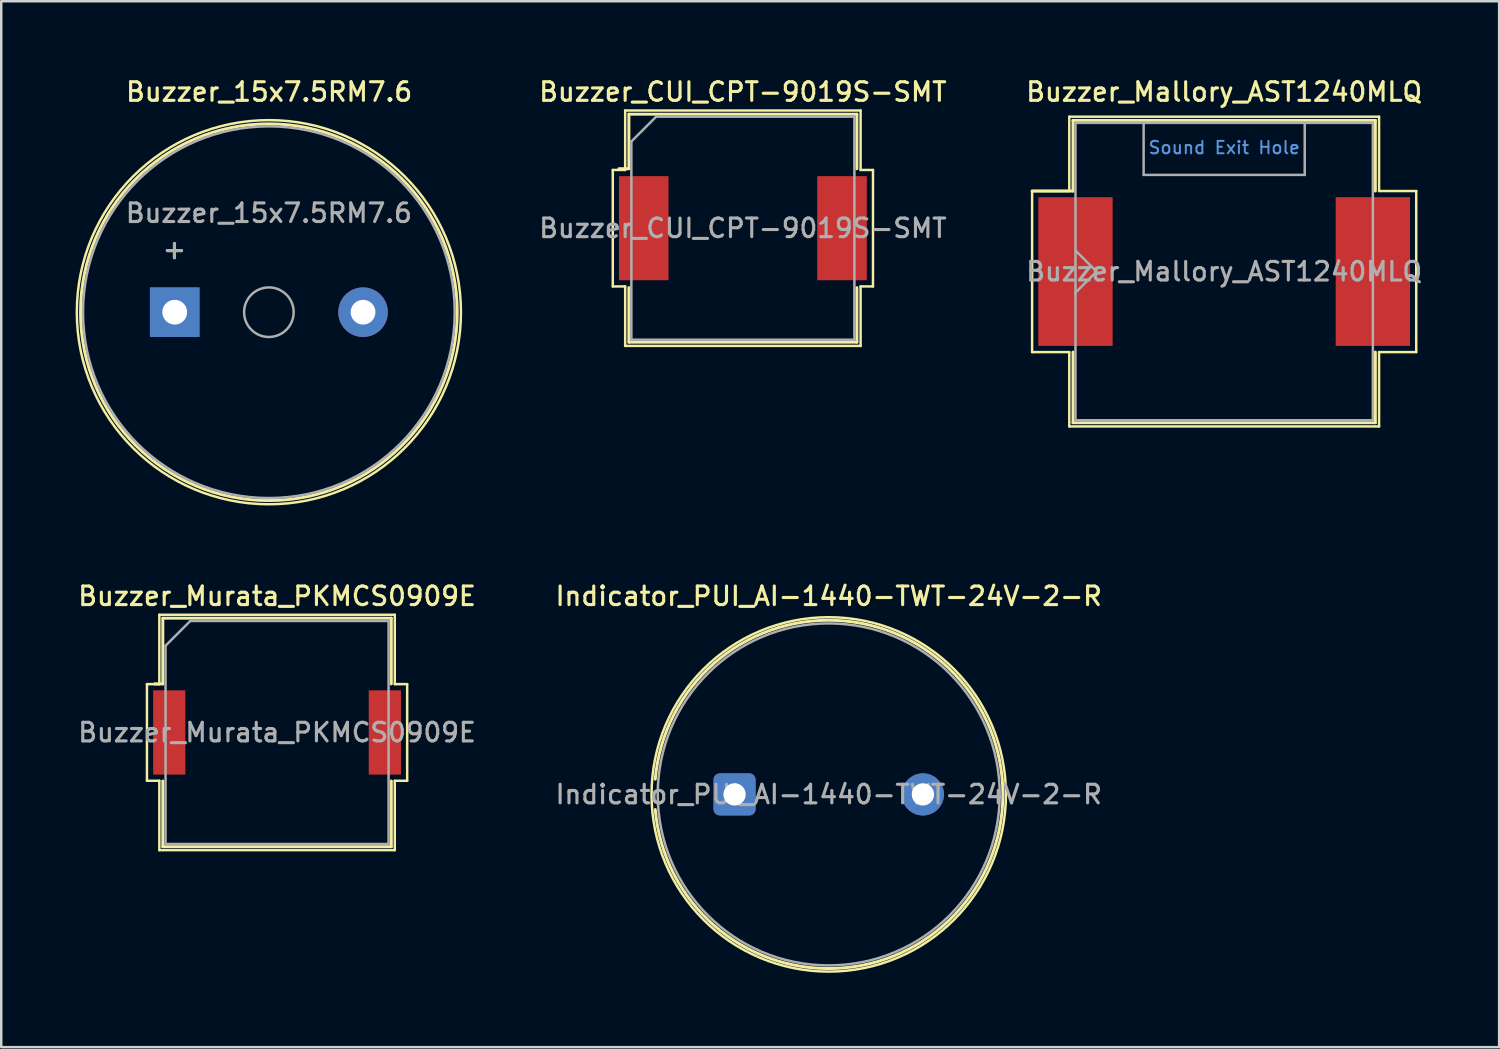
<source format=kicad_pcb>
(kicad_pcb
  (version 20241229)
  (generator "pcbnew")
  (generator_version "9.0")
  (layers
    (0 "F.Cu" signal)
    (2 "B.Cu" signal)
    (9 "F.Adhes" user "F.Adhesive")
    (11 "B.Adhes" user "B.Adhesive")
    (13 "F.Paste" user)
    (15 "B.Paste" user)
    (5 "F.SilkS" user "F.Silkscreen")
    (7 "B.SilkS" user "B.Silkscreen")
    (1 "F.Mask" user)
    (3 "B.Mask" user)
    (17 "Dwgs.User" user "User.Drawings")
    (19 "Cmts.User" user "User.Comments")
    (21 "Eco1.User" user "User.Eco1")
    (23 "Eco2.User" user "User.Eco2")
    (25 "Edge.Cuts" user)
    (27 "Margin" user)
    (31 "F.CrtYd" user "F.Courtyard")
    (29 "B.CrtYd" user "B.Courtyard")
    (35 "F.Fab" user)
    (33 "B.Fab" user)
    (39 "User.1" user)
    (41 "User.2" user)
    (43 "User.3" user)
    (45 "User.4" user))
  (footprint "Buzzer_15x7.5RM7.6"
    (layer "F.Cu")
    (at 4 9.548)
    (property "Reference" "Buzzer_15x7.5RM7.6" (at 3.81 -8.89 0) (layer "F.SilkS") (effects (font (size 0.75 0.75) (thickness 0.125))))
    (attr through_hole)
    (fp_circle (center 3.8 0) (end 11.4 0) (stroke (width 0.12) (type solid)) (fill no) (layer "F.SilkS"))
    (fp_circle (center 3.8 0) (end 11.55 0) (stroke (width 0.1) (type solid)) (fill no) (layer "F.SilkS"))
    (fp_circle (center 3.8 0) (end 4.8 0) (stroke (width 0.1) (type solid)) (fill no) (layer "F.Fab"))
    (fp_circle (center 3.8 0) (end 11.3 0) (stroke (width 0.1) (type solid)) (fill no) (layer "F.Fab"))
    (fp_text user "+" (at -0.01 -2.54 0) (layer "F.SilkS") (effects (font (size 0.75 0.75) (thickness 0.125))))
    (fp_text user "${REFERENCE}" (at 3.8 -4 0) (layer "F.Fab") (effects (font (size 0.75 0.75) (thickness 0.125))))
    (fp_text user "+" (at -0.01 -2.54 0) (layer "F.Fab") (effects (font (size 0.75 0.75) (thickness 0.125))))
    (pad "1" thru_hole rect (at 0 0) (size 2 2) (drill 1) (layers "*.Cu" "*.Mask"))
    (pad "2" thru_hole circle (at 7.6 0) (size 2 2) (drill 1) (layers "*.Cu" "*.Mask")))
  (footprint "Indicator_PUI_AI-1440-TWT-24V-2-R"
    (layer "F.Cu")
    (at 26.591 29.006)
    (property "Reference" "Indicator_PUI_AI-1440-TWT-24V-2-R" (at 3.8 -8 0) (layer "F.SilkS") (effects (font (size 0.75 0.75) (thickness 0.125))))
    (attr through_hole)
    (fp_arc (start -3.2 -0.615) (mid 10.826964 0.00257) (end -3.200448 0.60988) (stroke (width 0.12) (type solid)) (layer "F.SilkS"))
    (fp_circle (center 3.8 0) (end 10.95 0) (stroke (width 0.1) (type solid)) (fill no) (layer "F.SilkS"))
    (fp_circle (center 3.8 0) (end 10.7 0) (stroke (width 0.1) (type solid)) (fill no) (layer "F.Fab"))
    (fp_text user "${REFERENCE}" (at 3.8 0 0) (layer "F.Fab") (effects (font (size 0.75 0.75) (thickness 0.125))))
    (pad "1" thru_hole roundrect (at 0 0) (size 1.7 1.7) (drill 0.9) (layers "*.Cu" "*.Mask") (roundrect_rratio 0.147))
    (pad "2" thru_hole circle (at 7.6 0) (size 1.7 1.7) (drill 0.9) (layers "*.Cu" "*.Mask")))
  (footprint "Buzzer_CUI_CPT-9019S-SMT"
    (layer "F.Cu")
    (at 26.927 6.158)
    (property "Reference" "Buzzer_CUI_CPT-9019S-SMT" (at 0 -5.5 0) (layer "F.SilkS") (effects (font (size 0.75 0.75) (thickness 0.125))))
    (attr smd)
    (fp_line (start -5.25 -2.35) (end -4.75 -2.35) (stroke (width 0.1) (type solid)) (layer "F.SilkS"))
    (fp_line (start -5.25 2.35) (end -5.25 -2.35) (stroke (width 0.1) (type solid)) (layer "F.SilkS"))
    (fp_line (start -4.75 -4.75) (end 4.75 -4.75) (stroke (width 0.1) (type solid)) (layer "F.SilkS"))
    (fp_line (start -4.75 -2.35) (end -4.75 -4.75) (stroke (width 0.1) (type solid)) (layer "F.SilkS"))
    (fp_line (start -4.75 2.35) (end -5.25 2.35) (stroke (width 0.1) (type solid)) (layer "F.SilkS"))
    (fp_line (start -4.75 4.75) (end -4.75 2.35) (stroke (width 0.1) (type solid)) (layer "F.SilkS"))
    (fp_line (start -4.6 -4.6) (end -4.6 -2.4) (stroke (width 0.12) (type solid)) (layer "F.SilkS"))
    (fp_line (start -4.6 -4.6) (end 4.6 -4.6) (stroke (width 0.12) (type solid)) (layer "F.SilkS"))
    (fp_line (start -4.6 -2.4) (end -5 -2.4) (stroke (width 0.12) (type solid)) (layer "F.SilkS"))
    (fp_line (start -4.6 2.4) (end -4.6 4.6) (stroke (width 0.12) (type solid)) (layer "F.SilkS"))
    (fp_line (start 4.6 -4.6) (end 4.6 -2.4) (stroke (width 0.12) (type solid)) (layer "F.SilkS"))
    (fp_line (start 4.6 2.4) (end 4.6 4.6) (stroke (width 0.12) (type solid)) (layer "F.SilkS"))
    (fp_line (start 4.6 4.6) (end -4.6 4.6) (stroke (width 0.12) (type solid)) (layer "F.SilkS"))
    (fp_line (start 4.75 -4.75) (end 4.75 -2.35) (stroke (width 0.1) (type solid)) (layer "F.SilkS"))
    (fp_line (start 4.75 -2.35) (end 5.25 -2.35) (stroke (width 0.1) (type solid)) (layer "F.SilkS"))
    (fp_line (start 4.75 2.35) (end 4.75 4.75) (stroke (width 0.1) (type solid)) (layer "F.SilkS"))
    (fp_line (start 4.75 4.75) (end -4.75 4.75) (stroke (width 0.1) (type solid)) (layer "F.SilkS"))
    (fp_line (start 5.25 -2.35) (end 5.25 2.35) (stroke (width 0.1) (type solid)) (layer "F.SilkS"))
    (fp_line (start 5.25 2.35) (end 4.75 2.35) (stroke (width 0.1) (type solid)) (layer "F.SilkS"))
    (fp_line (start -4.5 -3.5) (end -4.5 4.5) (stroke (width 0.1) (type solid)) (layer "F.Fab"))
    (fp_line (start -4.5 4.5) (end 4.5 4.5) (stroke (width 0.1) (type solid)) (layer "F.Fab"))
    (fp_line (start -3.5 -4.5) (end -4.5 -3.5) (stroke (width 0.1) (type solid)) (layer "F.Fab"))
    (fp_line (start 4.5 -4.5) (end -3.5 -4.5) (stroke (width 0.1) (type solid)) (layer "F.Fab"))
    (fp_line (start 4.5 4.5) (end 4.5 -4.5) (stroke (width 0.1) (type solid)) (layer "F.Fab"))
    (fp_text user "${REFERENCE}" (at 0 0 0) (layer "F.Fab") (effects (font (size 0.75 0.75) (thickness 0.125))))
    (pad "1" smd rect (at -4 0) (size 2 4.2) (layers "F.Cu" "F.Mask" "F.Paste"))
    (pad "2" smd rect (at 4 0) (size 2 4.2) (layers "F.Cu" "F.Mask" "F.Paste")))
  (footprint "Buzzer_Murata_PKMCS0909E"
    (layer "F.Cu")
    (at 8.13 26.506)
    (property "Reference" "Buzzer_Murata_PKMCS0909E" (at 0 -5.5 0) (layer "F.SilkS") (effects (font (size 0.75 0.75) (thickness 0.125))))
    (attr smd)
    (fp_line (start -5.25 1.95) (end -5.25 -1.95) (stroke (width 0.1) (type solid)) (layer "F.SilkS"))
    (fp_line (start -4.75 -4.75) (end 4.75 -4.75) (stroke (width 0.1) (type solid)) (layer "F.SilkS"))
    (fp_line (start -4.75 -1.95) (end -5.25 -1.95) (stroke (width 0.1) (type solid)) (layer "F.SilkS"))
    (fp_line (start -4.75 -1.95) (end -4.75 -4.75) (stroke (width 0.1) (type solid)) (layer "F.SilkS"))
    (fp_line (start -4.75 1.95) (end -5.25 1.95) (stroke (width 0.1) (type solid)) (layer "F.SilkS"))
    (fp_line (start -4.75 4.75) (end -4.75 1.95) (stroke (width 0.1) (type solid)) (layer "F.SilkS"))
    (fp_line (start -4.61 -4.61) (end 4.61 -4.61) (stroke (width 0.12) (type solid)) (layer "F.SilkS"))
    (fp_line (start -4.61 -1.96) (end -4.94 -1.96) (stroke (width 0.12) (type solid)) (layer "F.SilkS"))
    (fp_line (start -4.61 -1.96) (end -4.61 -4.61) (stroke (width 0.12) (type solid)) (layer "F.SilkS"))
    (fp_line (start -4.61 4.61) (end -4.61 1.96) (stroke (width 0.12) (type solid)) (layer "F.SilkS"))
    (fp_line (start 4.61 -4.61) (end 4.61 -1.96) (stroke (width 0.12) (type solid)) (layer "F.SilkS"))
    (fp_line (start 4.61 1.96) (end 4.61 4.61) (stroke (width 0.12) (type solid)) (layer "F.SilkS"))
    (fp_line (start 4.61 4.61) (end -4.61 4.61) (stroke (width 0.12) (type solid)) (layer "F.SilkS"))
    (fp_line (start 4.75 -1.95) (end 4.75 -4.75) (stroke (width 0.1) (type solid)) (layer "F.SilkS"))
    (fp_line (start 4.75 -1.95) (end 5.25 -1.95) (stroke (width 0.1) (type solid)) (layer "F.SilkS"))
    (fp_line (start 4.75 1.95) (end 5.25 1.95) (stroke (width 0.1) (type solid)) (layer "F.SilkS"))
    (fp_line (start 4.75 4.75) (end -4.75 4.75) (stroke (width 0.1) (type solid)) (layer "F.SilkS"))
    (fp_line (start 4.75 4.75) (end 4.75 1.95) (stroke (width 0.1) (type solid)) (layer "F.SilkS"))
    (fp_line (start 5.25 1.95) (end 5.25 -1.95) (stroke (width 0.1) (type solid)) (layer "F.SilkS"))
    (fp_line (start -4.5 -3.5) (end -3.5 -4.5) (stroke (width 0.1) (type solid)) (layer "F.Fab"))
    (fp_line (start -4.5 4.5) (end -4.5 -3.5) (stroke (width 0.1) (type solid)) (layer "F.Fab"))
    (fp_line (start -3.5 -4.5) (end 4.5 -4.5) (stroke (width 0.1) (type solid)) (layer "F.Fab"))
    (fp_line (start 4.5 -4.5) (end 4.5 4.5) (stroke (width 0.1) (type solid)) (layer "F.Fab"))
    (fp_line (start 4.5 4.5) (end -4.5 4.5) (stroke (width 0.1) (type solid)) (layer "F.Fab"))
    (fp_text user "${REFERENCE}" (at 0 0 0) (layer "F.Fab") (effects (font (size 0.75 0.75) (thickness 0.125))))
    (pad "1" smd rect (at -4.35 0) (size 1.3 3.4) (layers "F.Cu" "F.Mask" "F.Paste"))
    (pad "2" smd rect (at 4.35 0) (size 1.3 3.4) (layers "F.Cu" "F.Mask" "F.Paste")))
  (footprint "Buzzer_Mallory_AST1240MLQ"
    (layer "F.Cu")
    (at 46.348 7.908)
    (property "Reference" "Buzzer_Mallory_AST1240MLQ" (at 0 -7.25 0) (layer "F.SilkS") (effects (font (size 0.75 0.75) (thickness 0.125))))
    (attr smd)
    (fp_line (start -7.75 -3.25) (end -6.25 -3.25) (stroke (width 0.1) (type solid)) (layer "F.SilkS"))
    (fp_line (start -7.75 3.25) (end -7.75 -3.25) (stroke (width 0.1) (type solid)) (layer "F.SilkS"))
    (fp_line (start -6.25 -6.25) (end 6.25 -6.25) (stroke (width 0.1) (type solid)) (layer "F.SilkS"))
    (fp_line (start -6.25 -3.25) (end -6.25 -6.25) (stroke (width 0.1) (type solid)) (layer "F.SilkS"))
    (fp_line (start -6.25 3.25) (end -7.75 3.25) (stroke (width 0.1) (type solid)) (layer "F.SilkS"))
    (fp_line (start -6.25 6.25) (end -6.25 3.25) (stroke (width 0.1) (type solid)) (layer "F.SilkS"))
    (fp_line (start -6.1 -6.1) (end 6.1 -6.1) (stroke (width 0.12) (type solid)) (layer "F.SilkS"))
    (fp_line (start -6.1 -3.25) (end -7.75 -3.25) (stroke (width 0.12) (type solid)) (layer "F.SilkS"))
    (fp_line (start -6.1 -3.25) (end -6.1 -6.1) (stroke (width 0.12) (type solid)) (layer "F.SilkS"))
    (fp_line (start -6.1 6.1) (end -6.1 3.25) (stroke (width 0.12) (type solid)) (layer "F.SilkS"))
    (fp_line (start 6.1 -6.1) (end 6.1 -3.25) (stroke (width 0.12) (type solid)) (layer "F.SilkS"))
    (fp_line (start 6.1 3.25) (end 6.1 6.1) (stroke (width 0.12) (type solid)) (layer "F.SilkS"))
    (fp_line (start 6.1 6.1) (end -6.1 6.1) (stroke (width 0.12) (type solid)) (layer "F.SilkS"))
    (fp_line (start 6.25 -6.25) (end 6.25 -3.25) (stroke (width 0.1) (type solid)) (layer "F.SilkS"))
    (fp_line (start 6.25 -3.25) (end 7.75 -3.25) (stroke (width 0.1) (type solid)) (layer "F.SilkS"))
    (fp_line (start 6.25 3.25) (end 6.25 6.25) (stroke (width 0.1) (type solid)) (layer "F.SilkS"))
    (fp_line (start 6.25 6.25) (end -6.25 6.25) (stroke (width 0.1) (type solid)) (layer "F.SilkS"))
    (fp_line (start 7.75 -3.25) (end 7.75 3.25) (stroke (width 0.1) (type solid)) (layer "F.SilkS"))
    (fp_line (start 7.75 3.25) (end 6.25 3.25) (stroke (width 0.1) (type solid)) (layer "F.SilkS"))
    (fp_line (start -6 -6) (end 6 -6) (stroke (width 0.1) (type solid)) (layer "F.Fab"))
    (fp_line (start -6 6) (end -6 -6) (stroke (width 0.1) (type solid)) (layer "F.Fab"))
    (fp_line (start -5.15 0) (end -6 -0.85) (stroke (width 0.1) (type solid)) (layer "F.Fab"))
    (fp_line (start -5.15 0) (end -6 0.85) (stroke (width 0.1) (type solid)) (layer "F.Fab"))
    (fp_line (start -3.25 -6) (end -3.25 -3.9) (stroke (width 0.1) (type solid)) (layer "F.Fab"))
    (fp_line (start -3.25 -3.9) (end 3.25 -3.9) (stroke (width 0.1) (type solid)) (layer "F.Fab"))
    (fp_line (start 3.25 -3.9) (end 3.25 -6) (stroke (width 0.1) (type solid)) (layer "F.Fab"))
    (fp_line (start 6 -6) (end 6 6) (stroke (width 0.1) (type solid)) (layer "F.Fab"))
    (fp_line (start 6 6) (end -6 6) (stroke (width 0.1) (type solid)) (layer "F.Fab"))
    (fp_text user "Sound Exit Hole" (at 0 -5 0) (unlocked yes) (layer "Cmts.User") (effects (font (size 0.5 0.5) (thickness 0.08))))
    (fp_text user "${REFERENCE}" (at 0 0 180) (layer "F.Fab") (effects (font (size 0.75 0.75) (thickness 0.125))))
    (pad "1" smd rect (at -6 0) (size 3 6) (layers "F.Cu" "F.Mask" "F.Paste"))
    (pad "2" smd rect (at 6 0) (size 3 6) (layers "F.Cu" "F.Mask" "F.Paste")))
  (gr_rect
    (start -3 -3)
    (end 57.443 39.206)
    (stroke (width 0.1) (type default))
    (fill no)
    (layer "Edge.Cuts")))
</source>
